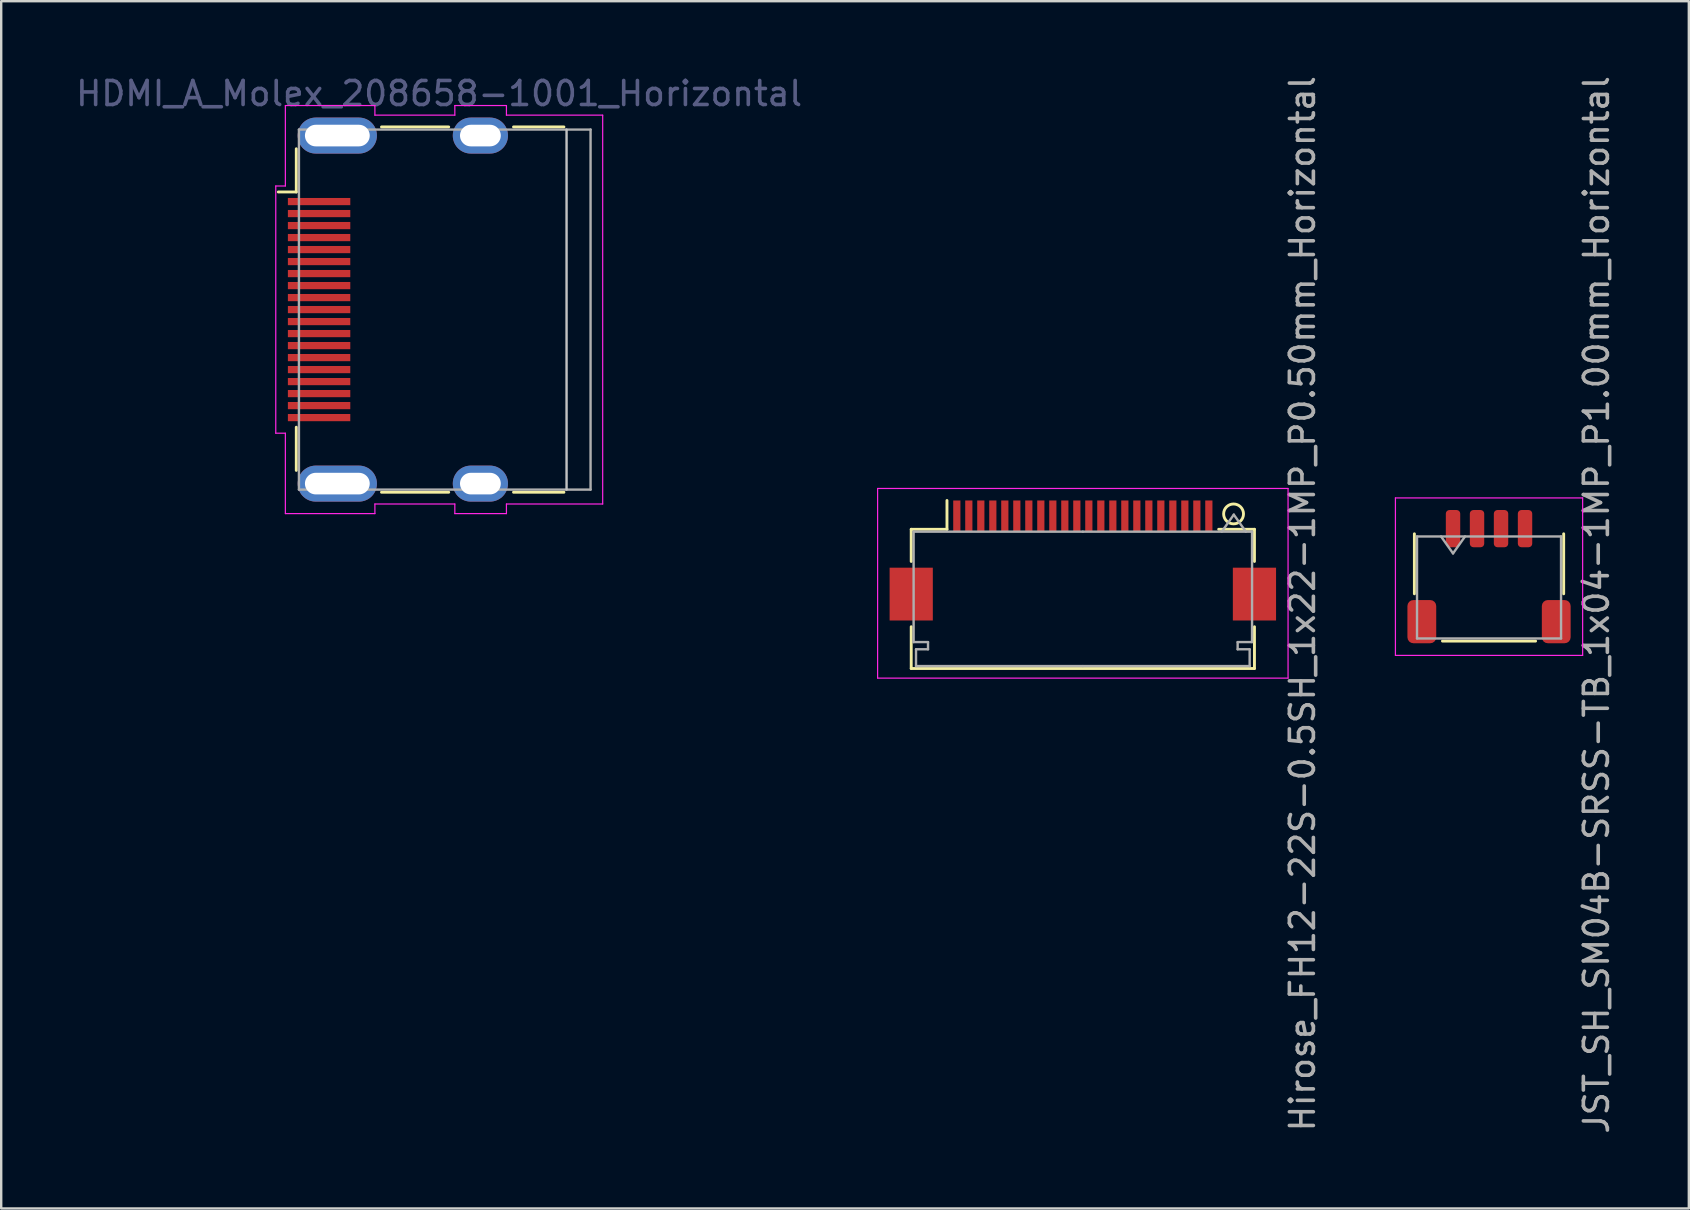
<source format=kicad_pcb>
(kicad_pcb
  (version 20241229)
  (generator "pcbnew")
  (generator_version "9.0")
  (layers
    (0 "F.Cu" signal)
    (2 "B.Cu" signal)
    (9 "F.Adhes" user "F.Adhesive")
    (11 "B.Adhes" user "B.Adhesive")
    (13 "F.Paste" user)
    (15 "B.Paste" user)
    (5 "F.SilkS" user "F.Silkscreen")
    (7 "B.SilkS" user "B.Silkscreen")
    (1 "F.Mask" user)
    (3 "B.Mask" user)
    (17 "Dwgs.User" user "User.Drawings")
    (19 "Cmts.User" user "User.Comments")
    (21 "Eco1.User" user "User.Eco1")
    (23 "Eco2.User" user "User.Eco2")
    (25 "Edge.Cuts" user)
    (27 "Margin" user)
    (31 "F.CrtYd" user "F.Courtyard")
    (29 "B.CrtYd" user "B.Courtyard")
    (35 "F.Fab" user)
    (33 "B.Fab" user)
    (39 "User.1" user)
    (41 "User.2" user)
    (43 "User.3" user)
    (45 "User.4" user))
  (footprint "JST_SH_SM04B-SRSS-TB_1x04-1MP_P1.00mm_Horizontal"
    (layer "F.Cu")
    (at 58.986 20.974)
    (property "Reference" "JST_SH_SM04B-SRSS-TB_1x04-1MP_P1.00mm_Horizontal" (at 4.475 1.175 90) (layer "F.Fab") (effects (font (size 1 1) (thickness 0.15))))
    (attr smd)
    (fp_line (start -3.11 0.715) (end -3.11 -1.785) (stroke (width 0.12) (type solid)) (layer "F.SilkS"))
    (fp_line (start -1.94 2.685) (end 1.94 2.685) (stroke (width 0.12) (type solid)) (layer "F.SilkS"))
    (fp_line (start 3.11 0.715) (end 3.11 -1.785) (stroke (width 0.12) (type solid)) (layer "F.SilkS"))
    (fp_line (start -3.9 -3.28) (end -3.9 3.28) (stroke (width 0.05) (type solid)) (layer "F.CrtYd"))
    (fp_line (start -3.9 3.28) (end 3.9 3.28) (stroke (width 0.05) (type solid)) (layer "F.CrtYd"))
    (fp_line (start 3.9 -3.28) (end -3.9 -3.28) (stroke (width 0.05) (type solid)) (layer "F.CrtYd"))
    (fp_line (start 3.9 3.28) (end 3.9 -3.28) (stroke (width 0.05) (type solid)) (layer "F.CrtYd"))
    (fp_line (start -3 -1.675) (end -3 2.575) (stroke (width 0.1) (type solid)) (layer "F.Fab"))
    (fp_line (start -3 -1.675) (end 3 -1.675) (stroke (width 0.1) (type solid)) (layer "F.Fab"))
    (fp_line (start -3 2.575) (end 3 2.575) (stroke (width 0.1) (type solid)) (layer "F.Fab"))
    (fp_line (start -2 -1.675) (end -1.5 -0.968) (stroke (width 0.1) (type solid)) (layer "F.Fab"))
    (fp_line (start -1.5 -0.968) (end -1 -1.675) (stroke (width 0.1) (type solid)) (layer "F.Fab"))
    (fp_line (start 3 -1.675) (end 3 2.575) (stroke (width 0.1) (type solid)) (layer "F.Fab"))
    (pad "1" smd roundrect (at -1.5 -2) (size 0.6 1.55) (layers "F.Cu" "F.Mask" "F.Paste") (roundrect_rratio 0.25))
    (pad "2" smd roundrect (at -0.5 -2) (size 0.6 1.55) (layers "F.Cu" "F.Mask" "F.Paste") (roundrect_rratio 0.25))
    (pad "3" smd roundrect (at 0.5 -2) (size 0.6 1.55) (layers "F.Cu" "F.Mask" "F.Paste") (roundrect_rratio 0.25))
    (pad "4" smd roundrect (at 1.5 -2) (size 0.6 1.55) (layers "F.Cu" "F.Mask" "F.Paste") (roundrect_rratio 0.25))
    (pad "MP" smd roundrect (at -2.8 1.875) (size 1.2 1.8) (layers "F.Cu" "F.Mask" "F.Paste") (roundrect_rratio 0.208))
    (pad "MP" smd roundrect (at 2.8 1.875) (size 1.2 1.8) (layers "F.Cu" "F.Mask" "F.Paste") (roundrect_rratio 0.208)))
  (footprint "HDMI_A_Molex_208658-1001_Horizontal"
    (layer "F.Cu")
    (at 13.529 9.848)
    (property "Reference" "HDMI_A_Molex_208658-1001_Horizontal" (at 1.715 -9 0) (layer "B.Fab") (effects (font (size 1 1) (thickness 0.15))))
    (attr smd)
    (fp_line (start -4.985 -4.9) (end -4.235 -4.9) (stroke (width 0.12) (type solid)) (layer "F.SilkS"))
    (fp_line (start -4.235 -4.9) (end -4.235 -6.7) (stroke (width 0.12) (type solid)) (layer "F.SilkS"))
    (fp_line (start -4.235 6.7) (end -4.235 4.9) (stroke (width 0.12) (type solid)) (layer "F.SilkS"))
    (fp_line (start -0.685 -7.61) (end 2.115 -7.61) (stroke (width 0.12) (type solid)) (layer "F.SilkS"))
    (fp_line (start -0.685 7.61) (end 2.115 7.61) (stroke (width 0.12) (type solid)) (layer "F.SilkS"))
    (fp_line (start 4.815 -7.61) (end 6.915 -7.61) (stroke (width 0.12) (type solid)) (layer "F.SilkS"))
    (fp_line (start 4.815 7.61) (end 6.915 7.61) (stroke (width 0.12) (type solid)) (layer "F.SilkS"))
    (fp_line (start 7.025 -7.5) (end 7.025 7.5) (stroke (width 0.1) (type solid)) (layer "Dwgs.User"))
    (fp_line (start -5.09 5.15) (end -5.09 -5.15) (stroke (width 0.05) (type solid)) (layer "F.CrtYd"))
    (fp_line (start -4.69 -5.15) (end -5.09 -5.15) (stroke (width 0.05) (type solid)) (layer "F.CrtYd"))
    (fp_line (start -4.69 -5.15) (end -4.69 -8.5) (stroke (width 0.05) (type solid)) (layer "F.CrtYd"))
    (fp_line (start -4.69 5.15) (end -5.09 5.15) (stroke (width 0.05) (type solid)) (layer "F.CrtYd"))
    (fp_line (start -4.69 8.5) (end -4.69 5.15) (stroke (width 0.05) (type solid)) (layer "F.CrtYd"))
    (fp_line (start -0.96 -8.5) (end -4.69 -8.5) (stroke (width 0.05) (type solid)) (layer "F.CrtYd"))
    (fp_line (start -0.96 -8.1) (end -0.96 -8.5) (stroke (width 0.05) (type solid)) (layer "F.CrtYd"))
    (fp_line (start -0.96 8.5) (end -4.69 8.5) (stroke (width 0.05) (type solid)) (layer "F.CrtYd"))
    (fp_line (start -0.96 8.5) (end -0.96 8.1) (stroke (width 0.05) (type solid)) (layer "F.CrtYd"))
    (fp_line (start 2.37 -8.1) (end -0.96 -8.1) (stroke (width 0.05) (type solid)) (layer "F.CrtYd"))
    (fp_line (start 2.37 -8.1) (end 2.37 -8.5) (stroke (width 0.05) (type solid)) (layer "F.CrtYd"))
    (fp_line (start 2.37 8.1) (end -0.96 8.1) (stroke (width 0.05) (type solid)) (layer "F.CrtYd"))
    (fp_line (start 2.37 8.5) (end 2.37 8.1) (stroke (width 0.05) (type solid)) (layer "F.CrtYd"))
    (fp_line (start 4.52 -8.5) (end 2.37 -8.5) (stroke (width 0.05) (type solid)) (layer "F.CrtYd"))
    (fp_line (start 4.52 -8.1) (end 4.52 -8.5) (stroke (width 0.05) (type solid)) (layer "F.CrtYd"))
    (fp_line (start 4.52 8.5) (end 2.37 8.5) (stroke (width 0.05) (type solid)) (layer "F.CrtYd"))
    (fp_line (start 4.52 8.5) (end 4.52 8.1) (stroke (width 0.05) (type solid)) (layer "F.CrtYd"))
    (fp_line (start 8.53 -8.1) (end 4.52 -8.1) (stroke (width 0.05) (type solid)) (layer "F.CrtYd"))
    (fp_line (start 8.53 8.1) (end 4.52 8.1) (stroke (width 0.05) (type solid)) (layer "F.CrtYd"))
    (fp_line (start 8.53 8.1) (end 8.53 -8.1) (stroke (width 0.05) (type solid)) (layer "F.CrtYd"))
    (fp_line (start -4.125 -7.5) (end -4.125 7.5) (stroke (width 0.1) (type solid)) (layer "F.Fab"))
    (fp_line (start -4.125 -7.5) (end 8.025 -7.5) (stroke (width 0.1) (type solid)) (layer "F.Fab"))
    (fp_line (start -4.125 7.5) (end 8.025 7.5) (stroke (width 0.1) (type solid)) (layer "F.Fab"))
    (fp_line (start 8.025 -7.5) (end 8.025 7.5) (stroke (width 0.1) (type solid)) (layer "F.Fab"))
    (pad "1" smd rect (at -3.285 -4.5) (size 2.6 0.3) (layers "F.Cu" "F.Mask" "F.Paste"))
    (pad "2" smd rect (at -3.285 -4) (size 2.6 0.3) (layers "F.Cu" "F.Mask" "F.Paste"))
    (pad "3" smd rect (at -3.285 -3.5) (size 2.6 0.3) (layers "F.Cu" "F.Mask" "F.Paste"))
    (pad "4" smd rect (at -3.285 -3) (size 2.6 0.3) (layers "F.Cu" "F.Mask" "F.Paste"))
    (pad "5" smd rect (at -3.285 -2.5) (size 2.6 0.3) (layers "F.Cu" "F.Mask" "F.Paste"))
    (pad "6" smd rect (at -3.285 -2) (size 2.6 0.3) (layers "F.Cu" "F.Mask" "F.Paste"))
    (pad "7" smd rect (at -3.285 -1.5) (size 2.6 0.3) (layers "F.Cu" "F.Mask" "F.Paste"))
    (pad "8" smd rect (at -3.285 -1) (size 2.6 0.3) (layers "F.Cu" "F.Mask" "F.Paste"))
    (pad "9" smd rect (at -3.285 -0.5) (size 2.6 0.3) (layers "F.Cu" "F.Mask" "F.Paste"))
    (pad "10" smd rect (at -3.285 0) (size 2.6 0.3) (layers "F.Cu" "F.Mask" "F.Paste"))
    (pad "11" smd rect (at -3.285 0.5) (size 2.6 0.3) (layers "F.Cu" "F.Mask" "F.Paste"))
    (pad "12" smd rect (at -3.285 1) (size 2.6 0.3) (layers "F.Cu" "F.Mask" "F.Paste"))
    (pad "13" smd rect (at -3.285 1.5) (size 2.6 0.3) (layers "F.Cu" "F.Mask" "F.Paste"))
    (pad "14" smd rect (at -3.285 2) (size 2.6 0.3) (layers "F.Cu" "F.Mask" "F.Paste"))
    (pad "15" smd rect (at -3.285 2.5) (size 2.6 0.3) (layers "F.Cu" "F.Mask" "F.Paste"))
    (pad "16" smd rect (at -3.285 3) (size 2.6 0.3) (layers "F.Cu" "F.Mask" "F.Paste"))
    (pad "17" smd rect (at -3.285 3.5) (size 2.6 0.3) (layers "F.Cu" "F.Mask" "F.Paste"))
    (pad "18" smd rect (at -3.285 4) (size 2.6 0.3) (layers "F.Cu" "F.Mask" "F.Paste"))
    (pad "19" smd rect (at -3.285 4.5) (size 2.6 0.3) (layers "F.Cu" "F.Mask" "F.Paste"))
    (pad "SH" thru_hole oval (at -2.525 -7.25) (size 3.3 1.5) (drill oval 2.7 0.9) (layers "*.Cu" "*.Mask"))
    (pad "SH" thru_hole oval (at -2.525 7.25) (size 3.3 1.5) (drill oval 2.7 0.9) (layers "*.Cu" "*.Mask"))
    (pad "SH" thru_hole oval (at 3.435 -7.25) (size 2.3 1.5) (drill oval 1.7 0.9) (layers "*.Cu" "*.Mask"))
    (pad "SH" thru_hole oval (at 3.435 7.25) (size 2.3 1.5) (drill oval 1.7 0.9) (layers "*.Cu" "*.Mask")))
  (footprint "Hirose_FH12-22S-0.5SH_1x22-1MP_P0.50mm_Horizontal"
    (layer "F.Cu")
    (at 42.063 20.301)
    (property "Reference" "Hirose_FH12-22S-0.5SH_1x22-1MP_P0.50mm_Horizontal" (at 9.15 1.8 90) (layer "F.Fab") (effects (font (size 1 1) (thickness 0.15))))
    (attr smd)
    (fp_line (start -7.15 -1.3) (end -7.15 0.04) (stroke (width 0.12) (type solid)) (layer "F.SilkS"))
    (fp_line (start -7.15 2.76) (end -7.15 4.5) (stroke (width 0.12) (type solid)) (layer "F.SilkS"))
    (fp_line (start -7.15 4.5) (end 7.15 4.5) (stroke (width 0.12) (type solid)) (layer "F.SilkS"))
    (fp_line (start -5.66 -1.3) (end -7.15 -1.3) (stroke (width 0.12) (type solid)) (layer "F.SilkS"))
    (fp_line (start -5.66 -1.3) (end -5.66 -2.5) (stroke (width 0.12) (type solid)) (layer "F.SilkS"))
    (fp_line (start 5.66 -1.3) (end 7.15 -1.3) (stroke (width 0.12) (type solid)) (layer "F.SilkS"))
    (fp_line (start 7.15 -1.3) (end 7.15 0.04) (stroke (width 0.12) (type solid)) (layer "F.SilkS"))
    (fp_line (start 7.15 4.5) (end 7.15 2.76) (stroke (width 0.12) (type solid)) (layer "F.SilkS"))
    (fp_circle (center 6.28 -1.94) (end 6.61 -1.69) (stroke (width 0.12) (type solid)) (fill no) (layer "F.SilkS"))
    (fp_line (start -8.55 -3) (end -8.55 4.9) (stroke (width 0.05) (type solid)) (layer "F.CrtYd"))
    (fp_line (start -8.55 4.9) (end 8.55 4.9) (stroke (width 0.05) (type solid)) (layer "F.CrtYd"))
    (fp_line (start 8.55 -3) (end -8.55 -3) (stroke (width 0.05) (type solid)) (layer "F.CrtYd"))
    (fp_line (start 8.55 4.9) (end 8.55 -3) (stroke (width 0.05) (type solid)) (layer "F.CrtYd"))
    (fp_line (start -7.05 -1.2) (end -7.05 3.4) (stroke (width 0.1) (type solid)) (layer "F.Fab"))
    (fp_line (start -7.05 3.4) (end -6.45 3.4) (stroke (width 0.1) (type solid)) (layer "F.Fab"))
    (fp_line (start -6.95 3.7) (end -6.95 4.4) (stroke (width 0.1) (type solid)) (layer "F.Fab"))
    (fp_line (start -6.95 4.4) (end 0 4.4) (stroke (width 0.1) (type solid)) (layer "F.Fab"))
    (fp_line (start -6.45 3.4) (end -6.45 3.7) (stroke (width 0.1) (type solid)) (layer "F.Fab"))
    (fp_line (start -6.45 3.7) (end -6.95 3.7) (stroke (width 0.1) (type solid)) (layer "F.Fab"))
    (fp_line (start 0 -1.2) (end -7.05 -1.2) (stroke (width 0.1) (type solid)) (layer "F.Fab"))
    (fp_line (start 0 -1.2) (end 7.05 -1.2) (stroke (width 0.1) (type solid)) (layer "F.Fab"))
    (fp_line (start 6.29 -1.91) (end 5.79 -1.203) (stroke (width 0.1) (type solid)) (layer "F.Fab"))
    (fp_line (start 6.45 3.4) (end 6.45 3.7) (stroke (width 0.1) (type solid)) (layer "F.Fab"))
    (fp_line (start 6.45 3.7) (end 6.95 3.7) (stroke (width 0.1) (type solid)) (layer "F.Fab"))
    (fp_line (start 6.79 -1.203) (end 6.29 -1.91) (stroke (width 0.1) (type solid)) (layer "F.Fab"))
    (fp_line (start 6.95 3.7) (end 6.95 4.4) (stroke (width 0.1) (type solid)) (layer "F.Fab"))
    (fp_line (start 6.95 4.4) (end 0 4.4) (stroke (width 0.1) (type solid)) (layer "F.Fab"))
    (fp_line (start 7.05 -1.2) (end 7.05 3.4) (stroke (width 0.1) (type solid)) (layer "F.Fab"))
    (fp_line (start 7.05 3.4) (end 6.45 3.4) (stroke (width 0.1) (type solid)) (layer "F.Fab"))
    (pad "1" smd rect (at 5.25 -1.85 180) (size 0.3 1.3) (layers "F.Cu" "F.Mask" "F.Paste"))
    (pad "2" smd rect (at 4.75 -1.85 180) (size 0.3 1.3) (layers "F.Cu" "F.Mask" "F.Paste"))
    (pad "3" smd rect (at 4.25 -1.85 180) (size 0.3 1.3) (layers "F.Cu" "F.Mask" "F.Paste"))
    (pad "4" smd rect (at 3.75 -1.85 180) (size 0.3 1.3) (layers "F.Cu" "F.Mask" "F.Paste"))
    (pad "5" smd rect (at 3.25 -1.85 180) (size 0.3 1.3) (layers "F.Cu" "F.Mask" "F.Paste"))
    (pad "6" smd rect (at 2.75 -1.85 180) (size 0.3 1.3) (layers "F.Cu" "F.Mask" "F.Paste"))
    (pad "7" smd rect (at 2.25 -1.85 180) (size 0.3 1.3) (layers "F.Cu" "F.Mask" "F.Paste"))
    (pad "8" smd rect (at 1.75 -1.85 180) (size 0.3 1.3) (layers "F.Cu" "F.Mask" "F.Paste"))
    (pad "9" smd rect (at 1.25 -1.85 180) (size 0.3 1.3) (layers "F.Cu" "F.Mask" "F.Paste"))
    (pad "10" smd rect (at 0.75 -1.85 180) (size 0.3 1.3) (layers "F.Cu" "F.Mask" "F.Paste"))
    (pad "11" smd rect (at 0.25 -1.85 180) (size 0.3 1.3) (layers "F.Cu" "F.Mask" "F.Paste"))
    (pad "12" smd rect (at -0.25 -1.85 180) (size 0.3 1.3) (layers "F.Cu" "F.Mask" "F.Paste"))
    (pad "13" smd rect (at -0.75 -1.85 180) (size 0.3 1.3) (layers "F.Cu" "F.Mask" "F.Paste"))
    (pad "14" smd rect (at -1.25 -1.85 180) (size 0.3 1.3) (layers "F.Cu" "F.Mask" "F.Paste"))
    (pad "15" smd rect (at -1.75 -1.85 180) (size 0.3 1.3) (layers "F.Cu" "F.Mask" "F.Paste"))
    (pad "16" smd rect (at -2.25 -1.85 180) (size 0.3 1.3) (layers "F.Cu" "F.Mask" "F.Paste"))
    (pad "17" smd rect (at -2.75 -1.85 180) (size 0.3 1.3) (layers "F.Cu" "F.Mask" "F.Paste"))
    (pad "18" smd rect (at -3.25 -1.85 180) (size 0.3 1.3) (layers "F.Cu" "F.Mask" "F.Paste"))
    (pad "19" smd rect (at -3.75 -1.85 180) (size 0.3 1.3) (layers "F.Cu" "F.Mask" "F.Paste"))
    (pad "20" smd rect (at -4.25 -1.85 180) (size 0.3 1.3) (layers "F.Cu" "F.Mask" "F.Paste"))
    (pad "21" smd rect (at -4.75 -1.85 180) (size 0.3 1.3) (layers "F.Cu" "F.Mask" "F.Paste"))
    (pad "22" smd rect (at -5.25 -1.85 180) (size 0.3 1.3) (layers "F.Cu" "F.Mask" "F.Paste"))
    (pad "MP" smd rect (at -7.15 1.4 180) (size 1.8 2.2) (layers "F.Cu" "F.Mask" "F.Paste"))
    (pad "MP" smd rect (at 7.15 1.4 180) (size 1.8 2.2) (layers "F.Cu" "F.Mask" "F.Paste")))
  (gr_rect
    (start -3 -3)
    (end 67.31 47.298)
    (stroke (width 0.1) (type default))
    (fill no)
    (layer "Edge.Cuts")))
</source>
